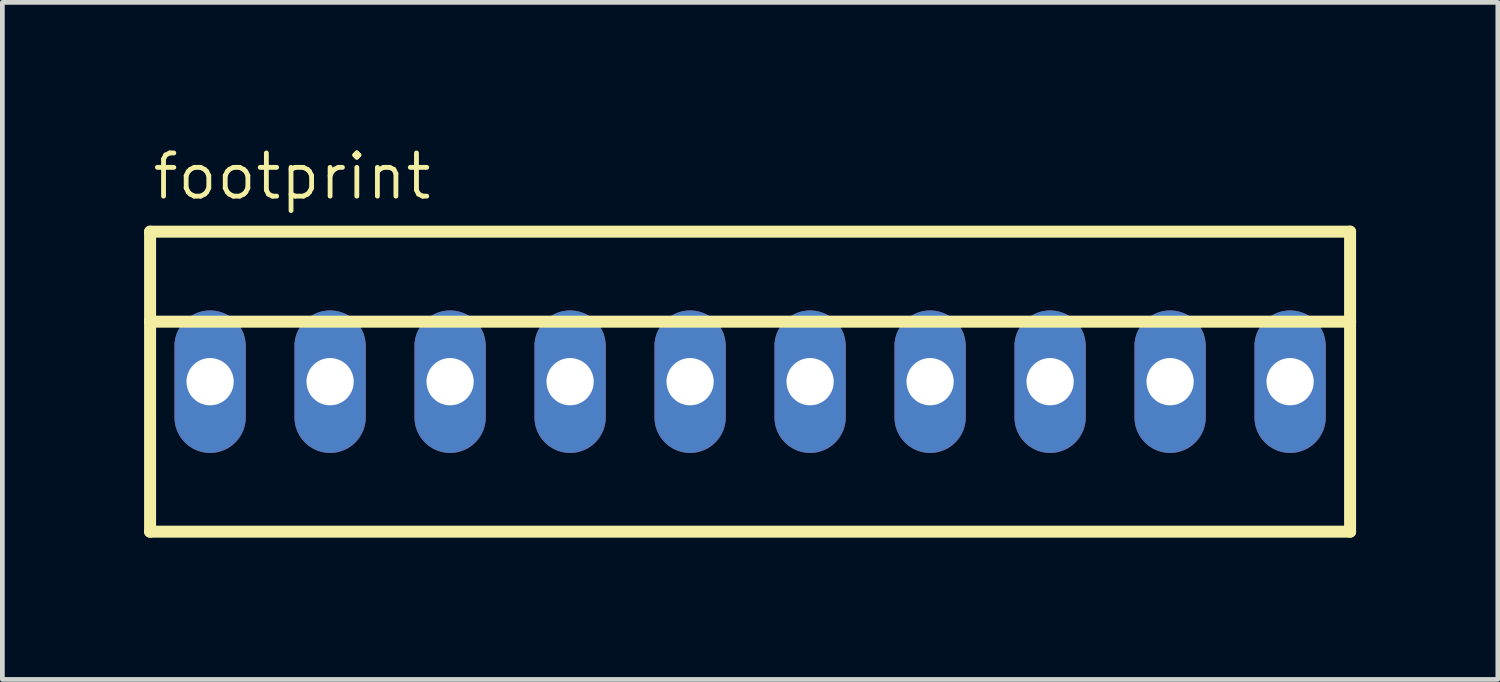
<source format=kicad_pcb>
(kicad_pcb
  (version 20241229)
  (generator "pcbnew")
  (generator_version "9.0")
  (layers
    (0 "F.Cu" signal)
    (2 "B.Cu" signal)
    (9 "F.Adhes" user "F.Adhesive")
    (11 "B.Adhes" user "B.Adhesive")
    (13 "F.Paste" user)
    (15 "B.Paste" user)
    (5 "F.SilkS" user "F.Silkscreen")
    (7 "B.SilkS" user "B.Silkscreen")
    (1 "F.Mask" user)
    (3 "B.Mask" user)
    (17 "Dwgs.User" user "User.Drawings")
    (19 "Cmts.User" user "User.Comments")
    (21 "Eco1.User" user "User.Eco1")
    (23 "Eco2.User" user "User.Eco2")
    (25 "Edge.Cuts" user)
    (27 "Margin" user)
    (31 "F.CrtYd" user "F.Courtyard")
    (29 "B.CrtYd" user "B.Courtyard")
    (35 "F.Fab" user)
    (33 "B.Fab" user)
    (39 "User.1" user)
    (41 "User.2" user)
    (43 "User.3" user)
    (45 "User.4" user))
  (footprint "footprint"
    (layer "F.Cu")
    (at 12.827 5.029)
    (property "Reference" "footprint" (at -12.7 -3.81 0) (layer "F.SilkS") (effects (font (size 0.914 0.914) (thickness 0.102)) (justify left bottom)))
    (fp_line (start -12.7 -3.175) (end 12.7 -3.175) (stroke (width 0.254) (type solid)) (layer "F.SilkS"))
    (fp_line (start -12.7 -1.27) (end -12.7 -3.175) (stroke (width 0.254) (type solid)) (layer "F.SilkS"))
    (fp_line (start -12.7 -1.27) (end 12.7 -1.27) (stroke (width 0.254) (type solid)) (layer "F.SilkS"))
    (fp_line (start -12.7 3.175) (end -12.7 -1.27) (stroke (width 0.254) (type solid)) (layer "F.SilkS"))
    (fp_line (start 12.7 -3.175) (end 12.7 -1.27) (stroke (width 0.254) (type solid)) (layer "F.SilkS"))
    (fp_line (start 12.7 -1.27) (end 12.7 3.175) (stroke (width 0.254) (type solid)) (layer "F.SilkS"))
    (fp_line (start 12.7 3.175) (end -12.7 3.175) (stroke (width 0.254) (type solid)) (layer "F.SilkS"))
    (pad "1" thru_hole oval (at -11.43 0 90) (size 3.016 1.508) (drill 1) (layers "*.Cu" "*.Mask"))
    (pad "2" thru_hole oval (at -8.89 0 90) (size 3.016 1.508) (drill 1) (layers "*.Cu" "*.Mask"))
    (pad "3" thru_hole oval (at -6.35 0 90) (size 3.016 1.508) (drill 1) (layers "*.Cu" "*.Mask"))
    (pad "4" thru_hole oval (at -3.81 0 90) (size 3.016 1.508) (drill 1) (layers "*.Cu" "*.Mask"))
    (pad "5" thru_hole oval (at -1.27 0 90) (size 3.016 1.508) (drill 1) (layers "*.Cu" "*.Mask"))
    (pad "6" thru_hole oval (at 1.27 0 90) (size 3.016 1.508) (drill 1) (layers "*.Cu" "*.Mask"))
    (pad "7" thru_hole oval (at 3.81 0 90) (size 3.016 1.508) (drill 1) (layers "*.Cu" "*.Mask"))
    (pad "8" thru_hole oval (at 6.35 0 90) (size 3.016 1.508) (drill 1) (layers "*.Cu" "*.Mask"))
    (pad "9" thru_hole oval (at 8.89 0 90) (size 3.016 1.508) (drill 1) (layers "*.Cu" "*.Mask"))
    (pad "10" thru_hole oval (at 11.43 0 90) (size 3.016 1.508) (drill 1) (layers "*.Cu" "*.Mask")))
  (gr_rect
    (start -3 -3)
    (end 28.654 11.331)
    (stroke (width 0.1) (type default))
    (fill no)
    (layer "Edge.Cuts")))
</source>
